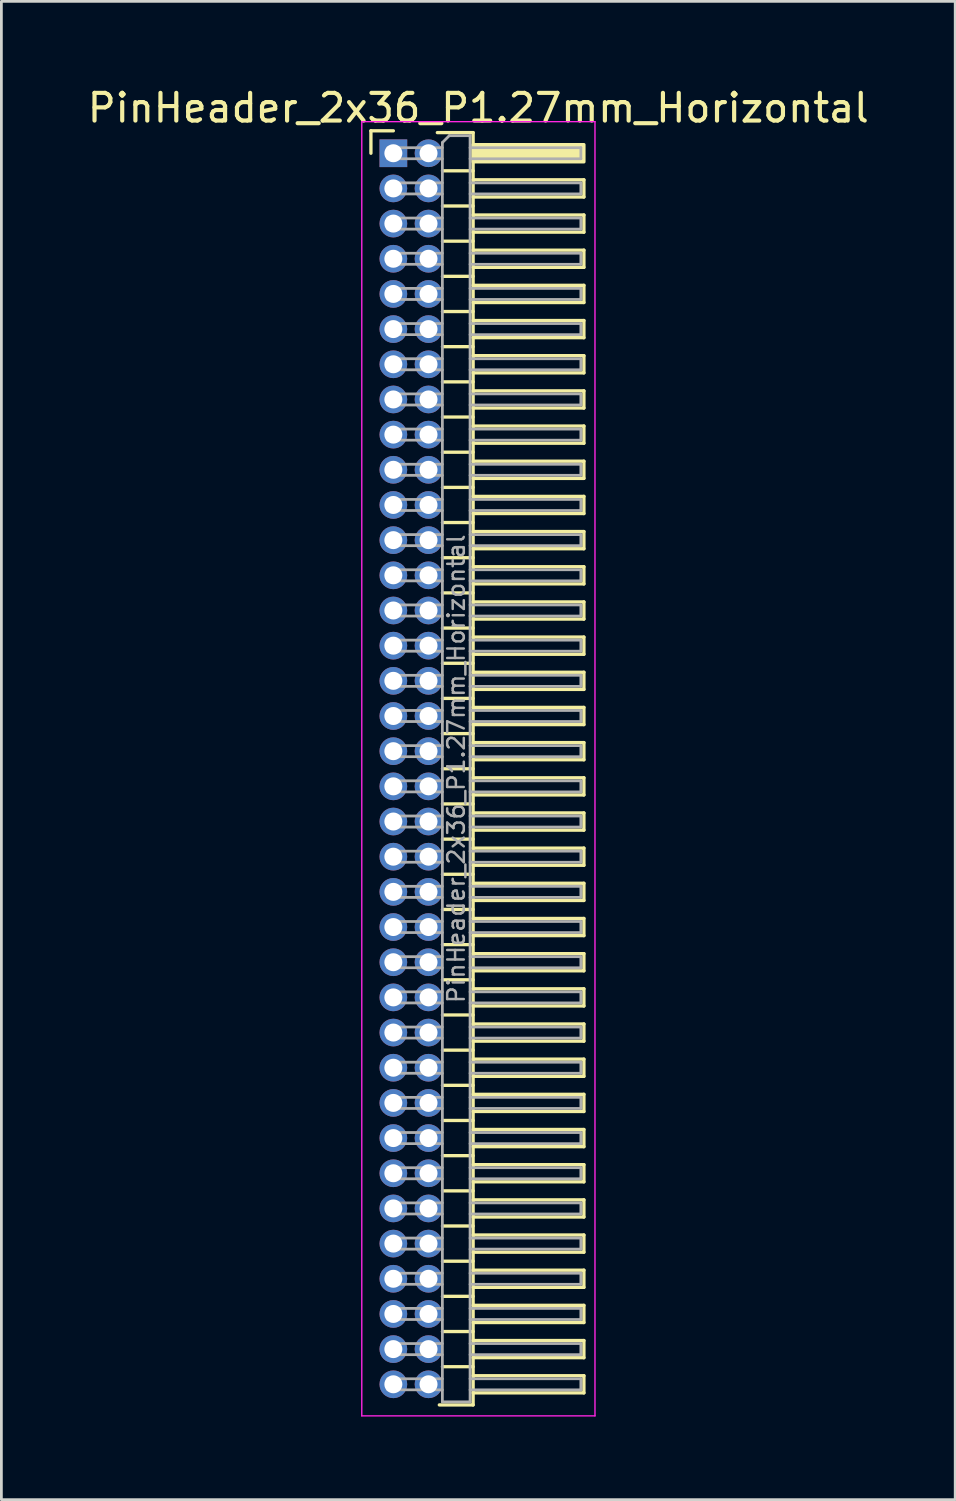
<source format=kicad_pcb>
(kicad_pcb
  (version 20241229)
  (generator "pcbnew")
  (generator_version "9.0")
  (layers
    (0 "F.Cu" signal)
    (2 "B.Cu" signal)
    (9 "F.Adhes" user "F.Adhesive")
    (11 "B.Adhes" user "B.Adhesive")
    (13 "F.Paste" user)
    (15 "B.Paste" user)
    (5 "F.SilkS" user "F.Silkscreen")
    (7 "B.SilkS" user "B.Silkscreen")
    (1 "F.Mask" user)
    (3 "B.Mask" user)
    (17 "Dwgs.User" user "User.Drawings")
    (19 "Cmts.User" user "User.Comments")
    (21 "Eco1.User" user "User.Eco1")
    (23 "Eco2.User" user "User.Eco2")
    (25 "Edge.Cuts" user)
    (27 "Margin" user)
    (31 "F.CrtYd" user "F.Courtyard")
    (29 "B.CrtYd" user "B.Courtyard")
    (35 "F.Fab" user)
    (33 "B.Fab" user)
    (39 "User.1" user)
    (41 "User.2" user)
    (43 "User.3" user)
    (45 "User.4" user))
  (footprint "PinHeader_2x36_P1.27mm_Horizontal"
    (layer "F.Cu")
    (at 11.153 2.483)
    (property "Reference" "PinHeader_2x36_P1.27mm_Horizontal" (at 3.067 -1.635 0) (layer "F.SilkS") (effects (font (size 1 1) (thickness 0.15))))
    (attr through_hole)
    (fp_line (start -0.81 -0.81) (end 0 -0.81) (stroke (width 0.12) (type solid)) (layer "F.SilkS"))
    (fp_line (start -0.81 0) (end -0.81 -0.81) (stroke (width 0.12) (type solid)) (layer "F.SilkS"))
    (fp_line (start 1.588 -0.745) (end 2.88 -0.745) (stroke (width 0.12) (type solid)) (layer "F.SilkS"))
    (fp_line (start 1.773 0.635) (end 2.88 0.635) (stroke (width 0.12) (type solid)) (layer "F.SilkS"))
    (fp_line (start 1.773 1.905) (end 2.88 1.905) (stroke (width 0.12) (type solid)) (layer "F.SilkS"))
    (fp_line (start 1.773 3.175) (end 2.88 3.175) (stroke (width 0.12) (type solid)) (layer "F.SilkS"))
    (fp_line (start 1.773 4.445) (end 2.88 4.445) (stroke (width 0.12) (type solid)) (layer "F.SilkS"))
    (fp_line (start 1.773 5.715) (end 2.88 5.715) (stroke (width 0.12) (type solid)) (layer "F.SilkS"))
    (fp_line (start 1.773 6.985) (end 2.88 6.985) (stroke (width 0.12) (type solid)) (layer "F.SilkS"))
    (fp_line (start 1.773 8.255) (end 2.88 8.255) (stroke (width 0.12) (type solid)) (layer "F.SilkS"))
    (fp_line (start 1.773 9.525) (end 2.88 9.525) (stroke (width 0.12) (type solid)) (layer "F.SilkS"))
    (fp_line (start 1.773 10.795) (end 2.88 10.795) (stroke (width 0.12) (type solid)) (layer "F.SilkS"))
    (fp_line (start 1.773 12.065) (end 2.88 12.065) (stroke (width 0.12) (type solid)) (layer "F.SilkS"))
    (fp_line (start 1.773 13.335) (end 2.88 13.335) (stroke (width 0.12) (type solid)) (layer "F.SilkS"))
    (fp_line (start 1.773 14.605) (end 2.88 14.605) (stroke (width 0.12) (type solid)) (layer "F.SilkS"))
    (fp_line (start 1.773 15.875) (end 2.88 15.875) (stroke (width 0.12) (type solid)) (layer "F.SilkS"))
    (fp_line (start 1.773 17.145) (end 2.88 17.145) (stroke (width 0.12) (type solid)) (layer "F.SilkS"))
    (fp_line (start 1.773 18.415) (end 2.88 18.415) (stroke (width 0.12) (type solid)) (layer "F.SilkS"))
    (fp_line (start 1.773 19.685) (end 2.88 19.685) (stroke (width 0.12) (type solid)) (layer "F.SilkS"))
    (fp_line (start 1.773 20.955) (end 2.88 20.955) (stroke (width 0.12) (type solid)) (layer "F.SilkS"))
    (fp_line (start 1.773 22.225) (end 2.88 22.225) (stroke (width 0.12) (type solid)) (layer "F.SilkS"))
    (fp_line (start 1.773 23.495) (end 2.88 23.495) (stroke (width 0.12) (type solid)) (layer "F.SilkS"))
    (fp_line (start 1.773 24.765) (end 2.88 24.765) (stroke (width 0.12) (type solid)) (layer "F.SilkS"))
    (fp_line (start 1.773 26.035) (end 2.88 26.035) (stroke (width 0.12) (type solid)) (layer "F.SilkS"))
    (fp_line (start 1.773 27.305) (end 2.88 27.305) (stroke (width 0.12) (type solid)) (layer "F.SilkS"))
    (fp_line (start 1.773 28.575) (end 2.88 28.575) (stroke (width 0.12) (type solid)) (layer "F.SilkS"))
    (fp_line (start 1.773 29.845) (end 2.88 29.845) (stroke (width 0.12) (type solid)) (layer "F.SilkS"))
    (fp_line (start 1.773 31.115) (end 2.88 31.115) (stroke (width 0.12) (type solid)) (layer "F.SilkS"))
    (fp_line (start 1.773 32.385) (end 2.88 32.385) (stroke (width 0.12) (type solid)) (layer "F.SilkS"))
    (fp_line (start 1.773 33.655) (end 2.88 33.655) (stroke (width 0.12) (type solid)) (layer "F.SilkS"))
    (fp_line (start 1.773 34.925) (end 2.88 34.925) (stroke (width 0.12) (type solid)) (layer "F.SilkS"))
    (fp_line (start 1.773 36.195) (end 2.88 36.195) (stroke (width 0.12) (type solid)) (layer "F.SilkS"))
    (fp_line (start 1.773 37.465) (end 2.88 37.465) (stroke (width 0.12) (type solid)) (layer "F.SilkS"))
    (fp_line (start 1.773 38.735) (end 2.88 38.735) (stroke (width 0.12) (type solid)) (layer "F.SilkS"))
    (fp_line (start 1.773 40.005) (end 2.88 40.005) (stroke (width 0.12) (type solid)) (layer "F.SilkS"))
    (fp_line (start 1.773 41.275) (end 2.88 41.275) (stroke (width 0.12) (type solid)) (layer "F.SilkS"))
    (fp_line (start 1.773 42.545) (end 2.88 42.545) (stroke (width 0.12) (type solid)) (layer "F.SilkS"))
    (fp_line (start 1.773 43.815) (end 2.88 43.815) (stroke (width 0.12) (type solid)) (layer "F.SilkS"))
    (fp_line (start 2.88 -0.745) (end 2.88 45.195) (stroke (width 0.12) (type solid)) (layer "F.SilkS"))
    (fp_line (start 2.88 0.96) (end 6.88 0.96) (stroke (width 0.12) (type solid)) (layer "F.SilkS"))
    (fp_line (start 2.88 2.23) (end 6.88 2.23) (stroke (width 0.12) (type solid)) (layer "F.SilkS"))
    (fp_line (start 2.88 3.5) (end 6.88 3.5) (stroke (width 0.12) (type solid)) (layer "F.SilkS"))
    (fp_line (start 2.88 4.77) (end 6.88 4.77) (stroke (width 0.12) (type solid)) (layer "F.SilkS"))
    (fp_line (start 2.88 6.04) (end 6.88 6.04) (stroke (width 0.12) (type solid)) (layer "F.SilkS"))
    (fp_line (start 2.88 7.31) (end 6.88 7.31) (stroke (width 0.12) (type solid)) (layer "F.SilkS"))
    (fp_line (start 2.88 8.58) (end 6.88 8.58) (stroke (width 0.12) (type solid)) (layer "F.SilkS"))
    (fp_line (start 2.88 9.85) (end 6.88 9.85) (stroke (width 0.12) (type solid)) (layer "F.SilkS"))
    (fp_line (start 2.88 11.12) (end 6.88 11.12) (stroke (width 0.12) (type solid)) (layer "F.SilkS"))
    (fp_line (start 2.88 12.39) (end 6.88 12.39) (stroke (width 0.12) (type solid)) (layer "F.SilkS"))
    (fp_line (start 2.88 13.66) (end 6.88 13.66) (stroke (width 0.12) (type solid)) (layer "F.SilkS"))
    (fp_line (start 2.88 14.93) (end 6.88 14.93) (stroke (width 0.12) (type solid)) (layer "F.SilkS"))
    (fp_line (start 2.88 16.2) (end 6.88 16.2) (stroke (width 0.12) (type solid)) (layer "F.SilkS"))
    (fp_line (start 2.88 17.47) (end 6.88 17.47) (stroke (width 0.12) (type solid)) (layer "F.SilkS"))
    (fp_line (start 2.88 18.74) (end 6.88 18.74) (stroke (width 0.12) (type solid)) (layer "F.SilkS"))
    (fp_line (start 2.88 20.01) (end 6.88 20.01) (stroke (width 0.12) (type solid)) (layer "F.SilkS"))
    (fp_line (start 2.88 21.28) (end 6.88 21.28) (stroke (width 0.12) (type solid)) (layer "F.SilkS"))
    (fp_line (start 2.88 22.55) (end 6.88 22.55) (stroke (width 0.12) (type solid)) (layer "F.SilkS"))
    (fp_line (start 2.88 23.82) (end 6.88 23.82) (stroke (width 0.12) (type solid)) (layer "F.SilkS"))
    (fp_line (start 2.88 25.09) (end 6.88 25.09) (stroke (width 0.12) (type solid)) (layer "F.SilkS"))
    (fp_line (start 2.88 26.36) (end 6.88 26.36) (stroke (width 0.12) (type solid)) (layer "F.SilkS"))
    (fp_line (start 2.88 27.63) (end 6.88 27.63) (stroke (width 0.12) (type solid)) (layer "F.SilkS"))
    (fp_line (start 2.88 28.9) (end 6.88 28.9) (stroke (width 0.12) (type solid)) (layer "F.SilkS"))
    (fp_line (start 2.88 30.17) (end 6.88 30.17) (stroke (width 0.12) (type solid)) (layer "F.SilkS"))
    (fp_line (start 2.88 31.44) (end 6.88 31.44) (stroke (width 0.12) (type solid)) (layer "F.SilkS"))
    (fp_line (start 2.88 32.71) (end 6.88 32.71) (stroke (width 0.12) (type solid)) (layer "F.SilkS"))
    (fp_line (start 2.88 33.98) (end 6.88 33.98) (stroke (width 0.12) (type solid)) (layer "F.SilkS"))
    (fp_line (start 2.88 35.25) (end 6.88 35.25) (stroke (width 0.12) (type solid)) (layer "F.SilkS"))
    (fp_line (start 2.88 36.52) (end 6.88 36.52) (stroke (width 0.12) (type solid)) (layer "F.SilkS"))
    (fp_line (start 2.88 37.79) (end 6.88 37.79) (stroke (width 0.12) (type solid)) (layer "F.SilkS"))
    (fp_line (start 2.88 39.06) (end 6.88 39.06) (stroke (width 0.12) (type solid)) (layer "F.SilkS"))
    (fp_line (start 2.88 40.33) (end 6.88 40.33) (stroke (width 0.12) (type solid)) (layer "F.SilkS"))
    (fp_line (start 2.88 41.6) (end 6.88 41.6) (stroke (width 0.12) (type solid)) (layer "F.SilkS"))
    (fp_line (start 2.88 42.87) (end 6.88 42.87) (stroke (width 0.12) (type solid)) (layer "F.SilkS"))
    (fp_line (start 2.88 44.14) (end 6.88 44.14) (stroke (width 0.12) (type solid)) (layer "F.SilkS"))
    (fp_line (start 2.88 45.195) (end 1.66 45.195) (stroke (width 0.12) (type solid)) (layer "F.SilkS"))
    (fp_line (start 6.88 0.96) (end 6.88 1.58) (stroke (width 0.12) (type solid)) (layer "F.SilkS"))
    (fp_line (start 6.88 1.58) (end 2.88 1.58) (stroke (width 0.12) (type solid)) (layer "F.SilkS"))
    (fp_line (start 6.88 2.23) (end 6.88 2.85) (stroke (width 0.12) (type solid)) (layer "F.SilkS"))
    (fp_line (start 6.88 2.85) (end 2.88 2.85) (stroke (width 0.12) (type solid)) (layer "F.SilkS"))
    (fp_line (start 6.88 3.5) (end 6.88 4.12) (stroke (width 0.12) (type solid)) (layer "F.SilkS"))
    (fp_line (start 6.88 4.12) (end 2.88 4.12) (stroke (width 0.12) (type solid)) (layer "F.SilkS"))
    (fp_line (start 6.88 4.77) (end 6.88 5.39) (stroke (width 0.12) (type solid)) (layer "F.SilkS"))
    (fp_line (start 6.88 5.39) (end 2.88 5.39) (stroke (width 0.12) (type solid)) (layer "F.SilkS"))
    (fp_line (start 6.88 6.04) (end 6.88 6.66) (stroke (width 0.12) (type solid)) (layer "F.SilkS"))
    (fp_line (start 6.88 6.66) (end 2.88 6.66) (stroke (width 0.12) (type solid)) (layer "F.SilkS"))
    (fp_line (start 6.88 7.31) (end 6.88 7.93) (stroke (width 0.12) (type solid)) (layer "F.SilkS"))
    (fp_line (start 6.88 7.93) (end 2.88 7.93) (stroke (width 0.12) (type solid)) (layer "F.SilkS"))
    (fp_line (start 6.88 8.58) (end 6.88 9.2) (stroke (width 0.12) (type solid)) (layer "F.SilkS"))
    (fp_line (start 6.88 9.2) (end 2.88 9.2) (stroke (width 0.12) (type solid)) (layer "F.SilkS"))
    (fp_line (start 6.88 9.85) (end 6.88 10.47) (stroke (width 0.12) (type solid)) (layer "F.SilkS"))
    (fp_line (start 6.88 10.47) (end 2.88 10.47) (stroke (width 0.12) (type solid)) (layer "F.SilkS"))
    (fp_line (start 6.88 11.12) (end 6.88 11.74) (stroke (width 0.12) (type solid)) (layer "F.SilkS"))
    (fp_line (start 6.88 11.74) (end 2.88 11.74) (stroke (width 0.12) (type solid)) (layer "F.SilkS"))
    (fp_line (start 6.88 12.39) (end 6.88 13.01) (stroke (width 0.12) (type solid)) (layer "F.SilkS"))
    (fp_line (start 6.88 13.01) (end 2.88 13.01) (stroke (width 0.12) (type solid)) (layer "F.SilkS"))
    (fp_line (start 6.88 13.66) (end 6.88 14.28) (stroke (width 0.12) (type solid)) (layer "F.SilkS"))
    (fp_line (start 6.88 14.28) (end 2.88 14.28) (stroke (width 0.12) (type solid)) (layer "F.SilkS"))
    (fp_line (start 6.88 14.93) (end 6.88 15.55) (stroke (width 0.12) (type solid)) (layer "F.SilkS"))
    (fp_line (start 6.88 15.55) (end 2.88 15.55) (stroke (width 0.12) (type solid)) (layer "F.SilkS"))
    (fp_line (start 6.88 16.2) (end 6.88 16.82) (stroke (width 0.12) (type solid)) (layer "F.SilkS"))
    (fp_line (start 6.88 16.82) (end 2.88 16.82) (stroke (width 0.12) (type solid)) (layer "F.SilkS"))
    (fp_line (start 6.88 17.47) (end 6.88 18.09) (stroke (width 0.12) (type solid)) (layer "F.SilkS"))
    (fp_line (start 6.88 18.09) (end 2.88 18.09) (stroke (width 0.12) (type solid)) (layer "F.SilkS"))
    (fp_line (start 6.88 18.74) (end 6.88 19.36) (stroke (width 0.12) (type solid)) (layer "F.SilkS"))
    (fp_line (start 6.88 19.36) (end 2.88 19.36) (stroke (width 0.12) (type solid)) (layer "F.SilkS"))
    (fp_line (start 6.88 20.01) (end 6.88 20.63) (stroke (width 0.12) (type solid)) (layer "F.SilkS"))
    (fp_line (start 6.88 20.63) (end 2.88 20.63) (stroke (width 0.12) (type solid)) (layer "F.SilkS"))
    (fp_line (start 6.88 21.28) (end 6.88 21.9) (stroke (width 0.12) (type solid)) (layer "F.SilkS"))
    (fp_line (start 6.88 21.9) (end 2.88 21.9) (stroke (width 0.12) (type solid)) (layer "F.SilkS"))
    (fp_line (start 6.88 22.55) (end 6.88 23.17) (stroke (width 0.12) (type solid)) (layer "F.SilkS"))
    (fp_line (start 6.88 23.17) (end 2.88 23.17) (stroke (width 0.12) (type solid)) (layer "F.SilkS"))
    (fp_line (start 6.88 23.82) (end 6.88 24.44) (stroke (width 0.12) (type solid)) (layer "F.SilkS"))
    (fp_line (start 6.88 24.44) (end 2.88 24.44) (stroke (width 0.12) (type solid)) (layer "F.SilkS"))
    (fp_line (start 6.88 25.09) (end 6.88 25.71) (stroke (width 0.12) (type solid)) (layer "F.SilkS"))
    (fp_line (start 6.88 25.71) (end 2.88 25.71) (stroke (width 0.12) (type solid)) (layer "F.SilkS"))
    (fp_line (start 6.88 26.36) (end 6.88 26.98) (stroke (width 0.12) (type solid)) (layer "F.SilkS"))
    (fp_line (start 6.88 26.98) (end 2.88 26.98) (stroke (width 0.12) (type solid)) (layer "F.SilkS"))
    (fp_line (start 6.88 27.63) (end 6.88 28.25) (stroke (width 0.12) (type solid)) (layer "F.SilkS"))
    (fp_line (start 6.88 28.25) (end 2.88 28.25) (stroke (width 0.12) (type solid)) (layer "F.SilkS"))
    (fp_line (start 6.88 28.9) (end 6.88 29.52) (stroke (width 0.12) (type solid)) (layer "F.SilkS"))
    (fp_line (start 6.88 29.52) (end 2.88 29.52) (stroke (width 0.12) (type solid)) (layer "F.SilkS"))
    (fp_line (start 6.88 30.17) (end 6.88 30.79) (stroke (width 0.12) (type solid)) (layer "F.SilkS"))
    (fp_line (start 6.88 30.79) (end 2.88 30.79) (stroke (width 0.12) (type solid)) (layer "F.SilkS"))
    (fp_line (start 6.88 31.44) (end 6.88 32.06) (stroke (width 0.12) (type solid)) (layer "F.SilkS"))
    (fp_line (start 6.88 32.06) (end 2.88 32.06) (stroke (width 0.12) (type solid)) (layer "F.SilkS"))
    (fp_line (start 6.88 32.71) (end 6.88 33.33) (stroke (width 0.12) (type solid)) (layer "F.SilkS"))
    (fp_line (start 6.88 33.33) (end 2.88 33.33) (stroke (width 0.12) (type solid)) (layer "F.SilkS"))
    (fp_line (start 6.88 33.98) (end 6.88 34.6) (stroke (width 0.12) (type solid)) (layer "F.SilkS"))
    (fp_line (start 6.88 34.6) (end 2.88 34.6) (stroke (width 0.12) (type solid)) (layer "F.SilkS"))
    (fp_line (start 6.88 35.25) (end 6.88 35.87) (stroke (width 0.12) (type solid)) (layer "F.SilkS"))
    (fp_line (start 6.88 35.87) (end 2.88 35.87) (stroke (width 0.12) (type solid)) (layer "F.SilkS"))
    (fp_line (start 6.88 36.52) (end 6.88 37.14) (stroke (width 0.12) (type solid)) (layer "F.SilkS"))
    (fp_line (start 6.88 37.14) (end 2.88 37.14) (stroke (width 0.12) (type solid)) (layer "F.SilkS"))
    (fp_line (start 6.88 37.79) (end 6.88 38.41) (stroke (width 0.12) (type solid)) (layer "F.SilkS"))
    (fp_line (start 6.88 38.41) (end 2.88 38.41) (stroke (width 0.12) (type solid)) (layer "F.SilkS"))
    (fp_line (start 6.88 39.06) (end 6.88 39.68) (stroke (width 0.12) (type solid)) (layer "F.SilkS"))
    (fp_line (start 6.88 39.68) (end 2.88 39.68) (stroke (width 0.12) (type solid)) (layer "F.SilkS"))
    (fp_line (start 6.88 40.33) (end 6.88 40.95) (stroke (width 0.12) (type solid)) (layer "F.SilkS"))
    (fp_line (start 6.88 40.95) (end 2.88 40.95) (stroke (width 0.12) (type solid)) (layer "F.SilkS"))
    (fp_line (start 6.88 41.6) (end 6.88 42.22) (stroke (width 0.12) (type solid)) (layer "F.SilkS"))
    (fp_line (start 6.88 42.22) (end 2.88 42.22) (stroke (width 0.12) (type solid)) (layer "F.SilkS"))
    (fp_line (start 6.88 42.87) (end 6.88 43.49) (stroke (width 0.12) (type solid)) (layer "F.SilkS"))
    (fp_line (start 6.88 43.49) (end 2.88 43.49) (stroke (width 0.12) (type solid)) (layer "F.SilkS"))
    (fp_line (start 6.88 44.14) (end 6.88 44.76) (stroke (width 0.12) (type solid)) (layer "F.SilkS"))
    (fp_line (start 6.88 44.76) (end 2.88 44.76) (stroke (width 0.12) (type solid)) (layer "F.SilkS"))
    (fp_rect (start 2.88 -0.31) (end 6.88 0.31) (stroke (width 0.12) (type solid)) (fill yes) (layer "F.SilkS"))
    (fp_line (start -1.14 -1.14) (end -1.14 45.59) (stroke (width 0.05) (type solid)) (layer "F.CrtYd"))
    (fp_line (start -1.14 45.59) (end 7.28 45.59) (stroke (width 0.05) (type solid)) (layer "F.CrtYd"))
    (fp_line (start 7.28 -1.14) (end -1.14 -1.14) (stroke (width 0.05) (type solid)) (layer "F.CrtYd"))
    (fp_line (start 7.28 45.59) (end 7.28 -1.14) (stroke (width 0.05) (type solid)) (layer "F.CrtYd"))
    (fp_line (start -0.2 -0.2) (end -0.2 0.2) (stroke (width 0.1) (type solid)) (layer "F.Fab"))
    (fp_line (start -0.2 -0.2) (end 1.77 -0.2) (stroke (width 0.1) (type solid)) (layer "F.Fab"))
    (fp_line (start -0.2 0.2) (end 1.77 0.2) (stroke (width 0.1) (type solid)) (layer "F.Fab"))
    (fp_line (start -0.2 1.07) (end -0.2 1.47) (stroke (width 0.1) (type solid)) (layer "F.Fab"))
    (fp_line (start -0.2 1.07) (end 1.77 1.07) (stroke (width 0.1) (type solid)) (layer "F.Fab"))
    (fp_line (start -0.2 1.47) (end 1.77 1.47) (stroke (width 0.1) (type solid)) (layer "F.Fab"))
    (fp_line (start -0.2 2.34) (end -0.2 2.74) (stroke (width 0.1) (type solid)) (layer "F.Fab"))
    (fp_line (start -0.2 2.34) (end 1.77 2.34) (stroke (width 0.1) (type solid)) (layer "F.Fab"))
    (fp_line (start -0.2 2.74) (end 1.77 2.74) (stroke (width 0.1) (type solid)) (layer "F.Fab"))
    (fp_line (start -0.2 3.61) (end -0.2 4.01) (stroke (width 0.1) (type solid)) (layer "F.Fab"))
    (fp_line (start -0.2 3.61) (end 1.77 3.61) (stroke (width 0.1) (type solid)) (layer "F.Fab"))
    (fp_line (start -0.2 4.01) (end 1.77 4.01) (stroke (width 0.1) (type solid)) (layer "F.Fab"))
    (fp_line (start -0.2 4.88) (end -0.2 5.28) (stroke (width 0.1) (type solid)) (layer "F.Fab"))
    (fp_line (start -0.2 4.88) (end 1.77 4.88) (stroke (width 0.1) (type solid)) (layer "F.Fab"))
    (fp_line (start -0.2 5.28) (end 1.77 5.28) (stroke (width 0.1) (type solid)) (layer "F.Fab"))
    (fp_line (start -0.2 6.15) (end -0.2 6.55) (stroke (width 0.1) (type solid)) (layer "F.Fab"))
    (fp_line (start -0.2 6.15) (end 1.77 6.15) (stroke (width 0.1) (type solid)) (layer "F.Fab"))
    (fp_line (start -0.2 6.55) (end 1.77 6.55) (stroke (width 0.1) (type solid)) (layer "F.Fab"))
    (fp_line (start -0.2 7.42) (end -0.2 7.82) (stroke (width 0.1) (type solid)) (layer "F.Fab"))
    (fp_line (start -0.2 7.42) (end 1.77 7.42) (stroke (width 0.1) (type solid)) (layer "F.Fab"))
    (fp_line (start -0.2 7.82) (end 1.77 7.82) (stroke (width 0.1) (type solid)) (layer "F.Fab"))
    (fp_line (start -0.2 8.69) (end -0.2 9.09) (stroke (width 0.1) (type solid)) (layer "F.Fab"))
    (fp_line (start -0.2 8.69) (end 1.77 8.69) (stroke (width 0.1) (type solid)) (layer "F.Fab"))
    (fp_line (start -0.2 9.09) (end 1.77 9.09) (stroke (width 0.1) (type solid)) (layer "F.Fab"))
    (fp_line (start -0.2 9.96) (end -0.2 10.36) (stroke (width 0.1) (type solid)) (layer "F.Fab"))
    (fp_line (start -0.2 9.96) (end 1.77 9.96) (stroke (width 0.1) (type solid)) (layer "F.Fab"))
    (fp_line (start -0.2 10.36) (end 1.77 10.36) (stroke (width 0.1) (type solid)) (layer "F.Fab"))
    (fp_line (start -0.2 11.23) (end -0.2 11.63) (stroke (width 0.1) (type solid)) (layer "F.Fab"))
    (fp_line (start -0.2 11.23) (end 1.77 11.23) (stroke (width 0.1) (type solid)) (layer "F.Fab"))
    (fp_line (start -0.2 11.63) (end 1.77 11.63) (stroke (width 0.1) (type solid)) (layer "F.Fab"))
    (fp_line (start -0.2 12.5) (end -0.2 12.9) (stroke (width 0.1) (type solid)) (layer "F.Fab"))
    (fp_line (start -0.2 12.5) (end 1.77 12.5) (stroke (width 0.1) (type solid)) (layer "F.Fab"))
    (fp_line (start -0.2 12.9) (end 1.77 12.9) (stroke (width 0.1) (type solid)) (layer "F.Fab"))
    (fp_line (start -0.2 13.77) (end -0.2 14.17) (stroke (width 0.1) (type solid)) (layer "F.Fab"))
    (fp_line (start -0.2 13.77) (end 1.77 13.77) (stroke (width 0.1) (type solid)) (layer "F.Fab"))
    (fp_line (start -0.2 14.17) (end 1.77 14.17) (stroke (width 0.1) (type solid)) (layer "F.Fab"))
    (fp_line (start -0.2 15.04) (end -0.2 15.44) (stroke (width 0.1) (type solid)) (layer "F.Fab"))
    (fp_line (start -0.2 15.04) (end 1.77 15.04) (stroke (width 0.1) (type solid)) (layer "F.Fab"))
    (fp_line (start -0.2 15.44) (end 1.77 15.44) (stroke (width 0.1) (type solid)) (layer "F.Fab"))
    (fp_line (start -0.2 16.31) (end -0.2 16.71) (stroke (width 0.1) (type solid)) (layer "F.Fab"))
    (fp_line (start -0.2 16.31) (end 1.77 16.31) (stroke (width 0.1) (type solid)) (layer "F.Fab"))
    (fp_line (start -0.2 16.71) (end 1.77 16.71) (stroke (width 0.1) (type solid)) (layer "F.Fab"))
    (fp_line (start -0.2 17.58) (end -0.2 17.98) (stroke (width 0.1) (type solid)) (layer "F.Fab"))
    (fp_line (start -0.2 17.58) (end 1.77 17.58) (stroke (width 0.1) (type solid)) (layer "F.Fab"))
    (fp_line (start -0.2 17.98) (end 1.77 17.98) (stroke (width 0.1) (type solid)) (layer "F.Fab"))
    (fp_line (start -0.2 18.85) (end -0.2 19.25) (stroke (width 0.1) (type solid)) (layer "F.Fab"))
    (fp_line (start -0.2 18.85) (end 1.77 18.85) (stroke (width 0.1) (type solid)) (layer "F.Fab"))
    (fp_line (start -0.2 19.25) (end 1.77 19.25) (stroke (width 0.1) (type solid)) (layer "F.Fab"))
    (fp_line (start -0.2 20.12) (end -0.2 20.52) (stroke (width 0.1) (type solid)) (layer "F.Fab"))
    (fp_line (start -0.2 20.12) (end 1.77 20.12) (stroke (width 0.1) (type solid)) (layer "F.Fab"))
    (fp_line (start -0.2 20.52) (end 1.77 20.52) (stroke (width 0.1) (type solid)) (layer "F.Fab"))
    (fp_line (start -0.2 21.39) (end -0.2 21.79) (stroke (width 0.1) (type solid)) (layer "F.Fab"))
    (fp_line (start -0.2 21.39) (end 1.77 21.39) (stroke (width 0.1) (type solid)) (layer "F.Fab"))
    (fp_line (start -0.2 21.79) (end 1.77 21.79) (stroke (width 0.1) (type solid)) (layer "F.Fab"))
    (fp_line (start -0.2 22.66) (end -0.2 23.06) (stroke (width 0.1) (type solid)) (layer "F.Fab"))
    (fp_line (start -0.2 22.66) (end 1.77 22.66) (stroke (width 0.1) (type solid)) (layer "F.Fab"))
    (fp_line (start -0.2 23.06) (end 1.77 23.06) (stroke (width 0.1) (type solid)) (layer "F.Fab"))
    (fp_line (start -0.2 23.93) (end -0.2 24.33) (stroke (width 0.1) (type solid)) (layer "F.Fab"))
    (fp_line (start -0.2 23.93) (end 1.77 23.93) (stroke (width 0.1) (type solid)) (layer "F.Fab"))
    (fp_line (start -0.2 24.33) (end 1.77 24.33) (stroke (width 0.1) (type solid)) (layer "F.Fab"))
    (fp_line (start -0.2 25.2) (end -0.2 25.6) (stroke (width 0.1) (type solid)) (layer "F.Fab"))
    (fp_line (start -0.2 25.2) (end 1.77 25.2) (stroke (width 0.1) (type solid)) (layer "F.Fab"))
    (fp_line (start -0.2 25.6) (end 1.77 25.6) (stroke (width 0.1) (type solid)) (layer "F.Fab"))
    (fp_line (start -0.2 26.47) (end -0.2 26.87) (stroke (width 0.1) (type solid)) (layer "F.Fab"))
    (fp_line (start -0.2 26.47) (end 1.77 26.47) (stroke (width 0.1) (type solid)) (layer "F.Fab"))
    (fp_line (start -0.2 26.87) (end 1.77 26.87) (stroke (width 0.1) (type solid)) (layer "F.Fab"))
    (fp_line (start -0.2 27.74) (end -0.2 28.14) (stroke (width 0.1) (type solid)) (layer "F.Fab"))
    (fp_line (start -0.2 27.74) (end 1.77 27.74) (stroke (width 0.1) (type solid)) (layer "F.Fab"))
    (fp_line (start -0.2 28.14) (end 1.77 28.14) (stroke (width 0.1) (type solid)) (layer "F.Fab"))
    (fp_line (start -0.2 29.01) (end -0.2 29.41) (stroke (width 0.1) (type solid)) (layer "F.Fab"))
    (fp_line (start -0.2 29.01) (end 1.77 29.01) (stroke (width 0.1) (type solid)) (layer "F.Fab"))
    (fp_line (start -0.2 29.41) (end 1.77 29.41) (stroke (width 0.1) (type solid)) (layer "F.Fab"))
    (fp_line (start -0.2 30.28) (end -0.2 30.68) (stroke (width 0.1) (type solid)) (layer "F.Fab"))
    (fp_line (start -0.2 30.28) (end 1.77 30.28) (stroke (width 0.1) (type solid)) (layer "F.Fab"))
    (fp_line (start -0.2 30.68) (end 1.77 30.68) (stroke (width 0.1) (type solid)) (layer "F.Fab"))
    (fp_line (start -0.2 31.55) (end -0.2 31.95) (stroke (width 0.1) (type solid)) (layer "F.Fab"))
    (fp_line (start -0.2 31.55) (end 1.77 31.55) (stroke (width 0.1) (type solid)) (layer "F.Fab"))
    (fp_line (start -0.2 31.95) (end 1.77 31.95) (stroke (width 0.1) (type solid)) (layer "F.Fab"))
    (fp_line (start -0.2 32.82) (end -0.2 33.22) (stroke (width 0.1) (type solid)) (layer "F.Fab"))
    (fp_line (start -0.2 32.82) (end 1.77 32.82) (stroke (width 0.1) (type solid)) (layer "F.Fab"))
    (fp_line (start -0.2 33.22) (end 1.77 33.22) (stroke (width 0.1) (type solid)) (layer "F.Fab"))
    (fp_line (start -0.2 34.09) (end -0.2 34.49) (stroke (width 0.1) (type solid)) (layer "F.Fab"))
    (fp_line (start -0.2 34.09) (end 1.77 34.09) (stroke (width 0.1) (type solid)) (layer "F.Fab"))
    (fp_line (start -0.2 34.49) (end 1.77 34.49) (stroke (width 0.1) (type solid)) (layer "F.Fab"))
    (fp_line (start -0.2 35.36) (end -0.2 35.76) (stroke (width 0.1) (type solid)) (layer "F.Fab"))
    (fp_line (start -0.2 35.36) (end 1.77 35.36) (stroke (width 0.1) (type solid)) (layer "F.Fab"))
    (fp_line (start -0.2 35.76) (end 1.77 35.76) (stroke (width 0.1) (type solid)) (layer "F.Fab"))
    (fp_line (start -0.2 36.63) (end -0.2 37.03) (stroke (width 0.1) (type solid)) (layer "F.Fab"))
    (fp_line (start -0.2 36.63) (end 1.77 36.63) (stroke (width 0.1) (type solid)) (layer "F.Fab"))
    (fp_line (start -0.2 37.03) (end 1.77 37.03) (stroke (width 0.1) (type solid)) (layer "F.Fab"))
    (fp_line (start -0.2 37.9) (end -0.2 38.3) (stroke (width 0.1) (type solid)) (layer "F.Fab"))
    (fp_line (start -0.2 37.9) (end 1.77 37.9) (stroke (width 0.1) (type solid)) (layer "F.Fab"))
    (fp_line (start -0.2 38.3) (end 1.77 38.3) (stroke (width 0.1) (type solid)) (layer "F.Fab"))
    (fp_line (start -0.2 39.17) (end -0.2 39.57) (stroke (width 0.1) (type solid)) (layer "F.Fab"))
    (fp_line (start -0.2 39.17) (end 1.77 39.17) (stroke (width 0.1) (type solid)) (layer "F.Fab"))
    (fp_line (start -0.2 39.57) (end 1.77 39.57) (stroke (width 0.1) (type solid)) (layer "F.Fab"))
    (fp_line (start -0.2 40.44) (end -0.2 40.84) (stroke (width 0.1) (type solid)) (layer "F.Fab"))
    (fp_line (start -0.2 40.44) (end 1.77 40.44) (stroke (width 0.1) (type solid)) (layer "F.Fab"))
    (fp_line (start -0.2 40.84) (end 1.77 40.84) (stroke (width 0.1) (type solid)) (layer "F.Fab"))
    (fp_line (start -0.2 41.71) (end -0.2 42.11) (stroke (width 0.1) (type solid)) (layer "F.Fab"))
    (fp_line (start -0.2 41.71) (end 1.77 41.71) (stroke (width 0.1) (type solid)) (layer "F.Fab"))
    (fp_line (start -0.2 42.11) (end 1.77 42.11) (stroke (width 0.1) (type solid)) (layer "F.Fab"))
    (fp_line (start -0.2 42.98) (end -0.2 43.38) (stroke (width 0.1) (type solid)) (layer "F.Fab"))
    (fp_line (start -0.2 42.98) (end 1.77 42.98) (stroke (width 0.1) (type solid)) (layer "F.Fab"))
    (fp_line (start -0.2 43.38) (end 1.77 43.38) (stroke (width 0.1) (type solid)) (layer "F.Fab"))
    (fp_line (start -0.2 44.25) (end -0.2 44.65) (stroke (width 0.1) (type solid)) (layer "F.Fab"))
    (fp_line (start -0.2 44.25) (end 1.77 44.25) (stroke (width 0.1) (type solid)) (layer "F.Fab"))
    (fp_line (start -0.2 44.65) (end 1.77 44.65) (stroke (width 0.1) (type solid)) (layer "F.Fab"))
    (fp_line (start 1.77 -0.385) (end 2.02 -0.635) (stroke (width 0.1) (type solid)) (layer "F.Fab"))
    (fp_line (start 1.77 45.085) (end 1.77 -0.385) (stroke (width 0.1) (type solid)) (layer "F.Fab"))
    (fp_line (start 2.02 -0.635) (end 2.77 -0.635) (stroke (width 0.1) (type solid)) (layer "F.Fab"))
    (fp_line (start 2.77 -0.635) (end 2.77 45.085) (stroke (width 0.1) (type solid)) (layer "F.Fab"))
    (fp_line (start 2.77 -0.2) (end 6.77 -0.2) (stroke (width 0.1) (type solid)) (layer "F.Fab"))
    (fp_line (start 2.77 0.2) (end 6.77 0.2) (stroke (width 0.1) (type solid)) (layer "F.Fab"))
    (fp_line (start 2.77 1.07) (end 6.77 1.07) (stroke (width 0.1) (type solid)) (layer "F.Fab"))
    (fp_line (start 2.77 1.47) (end 6.77 1.47) (stroke (width 0.1) (type solid)) (layer "F.Fab"))
    (fp_line (start 2.77 2.34) (end 6.77 2.34) (stroke (width 0.1) (type solid)) (layer "F.Fab"))
    (fp_line (start 2.77 2.74) (end 6.77 2.74) (stroke (width 0.1) (type solid)) (layer "F.Fab"))
    (fp_line (start 2.77 3.61) (end 6.77 3.61) (stroke (width 0.1) (type solid)) (layer "F.Fab"))
    (fp_line (start 2.77 4.01) (end 6.77 4.01) (stroke (width 0.1) (type solid)) (layer "F.Fab"))
    (fp_line (start 2.77 4.88) (end 6.77 4.88) (stroke (width 0.1) (type solid)) (layer "F.Fab"))
    (fp_line (start 2.77 5.28) (end 6.77 5.28) (stroke (width 0.1) (type solid)) (layer "F.Fab"))
    (fp_line (start 2.77 6.15) (end 6.77 6.15) (stroke (width 0.1) (type solid)) (layer "F.Fab"))
    (fp_line (start 2.77 6.55) (end 6.77 6.55) (stroke (width 0.1) (type solid)) (layer "F.Fab"))
    (fp_line (start 2.77 7.42) (end 6.77 7.42) (stroke (width 0.1) (type solid)) (layer "F.Fab"))
    (fp_line (start 2.77 7.82) (end 6.77 7.82) (stroke (width 0.1) (type solid)) (layer "F.Fab"))
    (fp_line (start 2.77 8.69) (end 6.77 8.69) (stroke (width 0.1) (type solid)) (layer "F.Fab"))
    (fp_line (start 2.77 9.09) (end 6.77 9.09) (stroke (width 0.1) (type solid)) (layer "F.Fab"))
    (fp_line (start 2.77 9.96) (end 6.77 9.96) (stroke (width 0.1) (type solid)) (layer "F.Fab"))
    (fp_line (start 2.77 10.36) (end 6.77 10.36) (stroke (width 0.1) (type solid)) (layer "F.Fab"))
    (fp_line (start 2.77 11.23) (end 6.77 11.23) (stroke (width 0.1) (type solid)) (layer "F.Fab"))
    (fp_line (start 2.77 11.63) (end 6.77 11.63) (stroke (width 0.1) (type solid)) (layer "F.Fab"))
    (fp_line (start 2.77 12.5) (end 6.77 12.5) (stroke (width 0.1) (type solid)) (layer "F.Fab"))
    (fp_line (start 2.77 12.9) (end 6.77 12.9) (stroke (width 0.1) (type solid)) (layer "F.Fab"))
    (fp_line (start 2.77 13.77) (end 6.77 13.77) (stroke (width 0.1) (type solid)) (layer "F.Fab"))
    (fp_line (start 2.77 14.17) (end 6.77 14.17) (stroke (width 0.1) (type solid)) (layer "F.Fab"))
    (fp_line (start 2.77 15.04) (end 6.77 15.04) (stroke (width 0.1) (type solid)) (layer "F.Fab"))
    (fp_line (start 2.77 15.44) (end 6.77 15.44) (stroke (width 0.1) (type solid)) (layer "F.Fab"))
    (fp_line (start 2.77 16.31) (end 6.77 16.31) (stroke (width 0.1) (type solid)) (layer "F.Fab"))
    (fp_line (start 2.77 16.71) (end 6.77 16.71) (stroke (width 0.1) (type solid)) (layer "F.Fab"))
    (fp_line (start 2.77 17.58) (end 6.77 17.58) (stroke (width 0.1) (type solid)) (layer "F.Fab"))
    (fp_line (start 2.77 17.98) (end 6.77 17.98) (stroke (width 0.1) (type solid)) (layer "F.Fab"))
    (fp_line (start 2.77 18.85) (end 6.77 18.85) (stroke (width 0.1) (type solid)) (layer "F.Fab"))
    (fp_line (start 2.77 19.25) (end 6.77 19.25) (stroke (width 0.1) (type solid)) (layer "F.Fab"))
    (fp_line (start 2.77 20.12) (end 6.77 20.12) (stroke (width 0.1) (type solid)) (layer "F.Fab"))
    (fp_line (start 2.77 20.52) (end 6.77 20.52) (stroke (width 0.1) (type solid)) (layer "F.Fab"))
    (fp_line (start 2.77 21.39) (end 6.77 21.39) (stroke (width 0.1) (type solid)) (layer "F.Fab"))
    (fp_line (start 2.77 21.79) (end 6.77 21.79) (stroke (width 0.1) (type solid)) (layer "F.Fab"))
    (fp_line (start 2.77 22.66) (end 6.77 22.66) (stroke (width 0.1) (type solid)) (layer "F.Fab"))
    (fp_line (start 2.77 23.06) (end 6.77 23.06) (stroke (width 0.1) (type solid)) (layer "F.Fab"))
    (fp_line (start 2.77 23.93) (end 6.77 23.93) (stroke (width 0.1) (type solid)) (layer "F.Fab"))
    (fp_line (start 2.77 24.33) (end 6.77 24.33) (stroke (width 0.1) (type solid)) (layer "F.Fab"))
    (fp_line (start 2.77 25.2) (end 6.77 25.2) (stroke (width 0.1) (type solid)) (layer "F.Fab"))
    (fp_line (start 2.77 25.6) (end 6.77 25.6) (stroke (width 0.1) (type solid)) (layer "F.Fab"))
    (fp_line (start 2.77 26.47) (end 6.77 26.47) (stroke (width 0.1) (type solid)) (layer "F.Fab"))
    (fp_line (start 2.77 26.87) (end 6.77 26.87) (stroke (width 0.1) (type solid)) (layer "F.Fab"))
    (fp_line (start 2.77 27.74) (end 6.77 27.74) (stroke (width 0.1) (type solid)) (layer "F.Fab"))
    (fp_line (start 2.77 28.14) (end 6.77 28.14) (stroke (width 0.1) (type solid)) (layer "F.Fab"))
    (fp_line (start 2.77 29.01) (end 6.77 29.01) (stroke (width 0.1) (type solid)) (layer "F.Fab"))
    (fp_line (start 2.77 29.41) (end 6.77 29.41) (stroke (width 0.1) (type solid)) (layer "F.Fab"))
    (fp_line (start 2.77 30.28) (end 6.77 30.28) (stroke (width 0.1) (type solid)) (layer "F.Fab"))
    (fp_line (start 2.77 30.68) (end 6.77 30.68) (stroke (width 0.1) (type solid)) (layer "F.Fab"))
    (fp_line (start 2.77 31.55) (end 6.77 31.55) (stroke (width 0.1) (type solid)) (layer "F.Fab"))
    (fp_line (start 2.77 31.95) (end 6.77 31.95) (stroke (width 0.1) (type solid)) (layer "F.Fab"))
    (fp_line (start 2.77 32.82) (end 6.77 32.82) (stroke (width 0.1) (type solid)) (layer "F.Fab"))
    (fp_line (start 2.77 33.22) (end 6.77 33.22) (stroke (width 0.1) (type solid)) (layer "F.Fab"))
    (fp_line (start 2.77 34.09) (end 6.77 34.09) (stroke (width 0.1) (type solid)) (layer "F.Fab"))
    (fp_line (start 2.77 34.49) (end 6.77 34.49) (stroke (width 0.1) (type solid)) (layer "F.Fab"))
    (fp_line (start 2.77 35.36) (end 6.77 35.36) (stroke (width 0.1) (type solid)) (layer "F.Fab"))
    (fp_line (start 2.77 35.76) (end 6.77 35.76) (stroke (width 0.1) (type solid)) (layer "F.Fab"))
    (fp_line (start 2.77 36.63) (end 6.77 36.63) (stroke (width 0.1) (type solid)) (layer "F.Fab"))
    (fp_line (start 2.77 37.03) (end 6.77 37.03) (stroke (width 0.1) (type solid)) (layer "F.Fab"))
    (fp_line (start 2.77 37.9) (end 6.77 37.9) (stroke (width 0.1) (type solid)) (layer "F.Fab"))
    (fp_line (start 2.77 38.3) (end 6.77 38.3) (stroke (width 0.1) (type solid)) (layer "F.Fab"))
    (fp_line (start 2.77 39.17) (end 6.77 39.17) (stroke (width 0.1) (type solid)) (layer "F.Fab"))
    (fp_line (start 2.77 39.57) (end 6.77 39.57) (stroke (width 0.1) (type solid)) (layer "F.Fab"))
    (fp_line (start 2.77 40.44) (end 6.77 40.44) (stroke (width 0.1) (type solid)) (layer "F.Fab"))
    (fp_line (start 2.77 40.84) (end 6.77 40.84) (stroke (width 0.1) (type solid)) (layer "F.Fab"))
    (fp_line (start 2.77 41.71) (end 6.77 41.71) (stroke (width 0.1) (type solid)) (layer "F.Fab"))
    (fp_line (start 2.77 42.11) (end 6.77 42.11) (stroke (width 0.1) (type solid)) (layer "F.Fab"))
    (fp_line (start 2.77 42.98) (end 6.77 42.98) (stroke (width 0.1) (type solid)) (layer "F.Fab"))
    (fp_line (start 2.77 43.38) (end 6.77 43.38) (stroke (width 0.1) (type solid)) (layer "F.Fab"))
    (fp_line (start 2.77 44.25) (end 6.77 44.25) (stroke (width 0.1) (type solid)) (layer "F.Fab"))
    (fp_line (start 2.77 44.65) (end 6.77 44.65) (stroke (width 0.1) (type solid)) (layer "F.Fab"))
    (fp_line (start 2.77 45.085) (end 1.77 45.085) (stroke (width 0.1) (type solid)) (layer "F.Fab"))
    (fp_line (start 6.77 -0.2) (end 6.77 0.2) (stroke (width 0.1) (type solid)) (layer "F.Fab"))
    (fp_line (start 6.77 1.07) (end 6.77 1.47) (stroke (width 0.1) (type solid)) (layer "F.Fab"))
    (fp_line (start 6.77 2.34) (end 6.77 2.74) (stroke (width 0.1) (type solid)) (layer "F.Fab"))
    (fp_line (start 6.77 3.61) (end 6.77 4.01) (stroke (width 0.1) (type solid)) (layer "F.Fab"))
    (fp_line (start 6.77 4.88) (end 6.77 5.28) (stroke (width 0.1) (type solid)) (layer "F.Fab"))
    (fp_line (start 6.77 6.15) (end 6.77 6.55) (stroke (width 0.1) (type solid)) (layer "F.Fab"))
    (fp_line (start 6.77 7.42) (end 6.77 7.82) (stroke (width 0.1) (type solid)) (layer "F.Fab"))
    (fp_line (start 6.77 8.69) (end 6.77 9.09) (stroke (width 0.1) (type solid)) (layer "F.Fab"))
    (fp_line (start 6.77 9.96) (end 6.77 10.36) (stroke (width 0.1) (type solid)) (layer "F.Fab"))
    (fp_line (start 6.77 11.23) (end 6.77 11.63) (stroke (width 0.1) (type solid)) (layer "F.Fab"))
    (fp_line (start 6.77 12.5) (end 6.77 12.9) (stroke (width 0.1) (type solid)) (layer "F.Fab"))
    (fp_line (start 6.77 13.77) (end 6.77 14.17) (stroke (width 0.1) (type solid)) (layer "F.Fab"))
    (fp_line (start 6.77 15.04) (end 6.77 15.44) (stroke (width 0.1) (type solid)) (layer "F.Fab"))
    (fp_line (start 6.77 16.31) (end 6.77 16.71) (stroke (width 0.1) (type solid)) (layer "F.Fab"))
    (fp_line (start 6.77 17.58) (end 6.77 17.98) (stroke (width 0.1) (type solid)) (layer "F.Fab"))
    (fp_line (start 6.77 18.85) (end 6.77 19.25) (stroke (width 0.1) (type solid)) (layer "F.Fab"))
    (fp_line (start 6.77 20.12) (end 6.77 20.52) (stroke (width 0.1) (type solid)) (layer "F.Fab"))
    (fp_line (start 6.77 21.39) (end 6.77 21.79) (stroke (width 0.1) (type solid)) (layer "F.Fab"))
    (fp_line (start 6.77 22.66) (end 6.77 23.06) (stroke (width 0.1) (type solid)) (layer "F.Fab"))
    (fp_line (start 6.77 23.93) (end 6.77 24.33) (stroke (width 0.1) (type solid)) (layer "F.Fab"))
    (fp_line (start 6.77 25.2) (end 6.77 25.6) (stroke (width 0.1) (type solid)) (layer "F.Fab"))
    (fp_line (start 6.77 26.47) (end 6.77 26.87) (stroke (width 0.1) (type solid)) (layer "F.Fab"))
    (fp_line (start 6.77 27.74) (end 6.77 28.14) (stroke (width 0.1) (type solid)) (layer "F.Fab"))
    (fp_line (start 6.77 29.01) (end 6.77 29.41) (stroke (width 0.1) (type solid)) (layer "F.Fab"))
    (fp_line (start 6.77 30.28) (end 6.77 30.68) (stroke (width 0.1) (type solid)) (layer "F.Fab"))
    (fp_line (start 6.77 31.55) (end 6.77 31.95) (stroke (width 0.1) (type solid)) (layer "F.Fab"))
    (fp_line (start 6.77 32.82) (end 6.77 33.22) (stroke (width 0.1) (type solid)) (layer "F.Fab"))
    (fp_line (start 6.77 34.09) (end 6.77 34.49) (stroke (width 0.1) (type solid)) (layer "F.Fab"))
    (fp_line (start 6.77 35.36) (end 6.77 35.76) (stroke (width 0.1) (type solid)) (layer "F.Fab"))
    (fp_line (start 6.77 36.63) (end 6.77 37.03) (stroke (width 0.1) (type solid)) (layer "F.Fab"))
    (fp_line (start 6.77 37.9) (end 6.77 38.3) (stroke (width 0.1) (type solid)) (layer "F.Fab"))
    (fp_line (start 6.77 39.17) (end 6.77 39.57) (stroke (width 0.1) (type solid)) (layer "F.Fab"))
    (fp_line (start 6.77 40.44) (end 6.77 40.84) (stroke (width 0.1) (type solid)) (layer "F.Fab"))
    (fp_line (start 6.77 41.71) (end 6.77 42.11) (stroke (width 0.1) (type solid)) (layer "F.Fab"))
    (fp_line (start 6.77 42.98) (end 6.77 43.38) (stroke (width 0.1) (type solid)) (layer "F.Fab"))
    (fp_line (start 6.77 44.25) (end 6.77 44.65) (stroke (width 0.1) (type solid)) (layer "F.Fab"))
    (fp_text user "${REFERENCE}" (at 2.27 22.225 90) (layer "F.Fab") (effects (font (size 0.6 0.6) (thickness 0.09))))
    (pad "1" thru_hole rect (at 0 0) (size 1 1) (drill 0.65) (layers "*.Cu" "*.Mask"))
    (pad "2" thru_hole circle (at 1.27 0) (size 1 1) (drill 0.65) (layers "*.Cu" "*.Mask"))
    (pad "3" thru_hole circle (at 0 1.27) (size 1 1) (drill 0.65) (layers "*.Cu" "*.Mask"))
    (pad "4" thru_hole circle (at 1.27 1.27) (size 1 1) (drill 0.65) (layers "*.Cu" "*.Mask"))
    (pad "5" thru_hole circle (at 0 2.54) (size 1 1) (drill 0.65) (layers "*.Cu" "*.Mask"))
    (pad "6" thru_hole circle (at 1.27 2.54) (size 1 1) (drill 0.65) (layers "*.Cu" "*.Mask"))
    (pad "7" thru_hole circle (at 0 3.81) (size 1 1) (drill 0.65) (layers "*.Cu" "*.Mask"))
    (pad "8" thru_hole circle (at 1.27 3.81) (size 1 1) (drill 0.65) (layers "*.Cu" "*.Mask"))
    (pad "9" thru_hole circle (at 0 5.08) (size 1 1) (drill 0.65) (layers "*.Cu" "*.Mask"))
    (pad "10" thru_hole circle (at 1.27 5.08) (size 1 1) (drill 0.65) (layers "*.Cu" "*.Mask"))
    (pad "11" thru_hole circle (at 0 6.35) (size 1 1) (drill 0.65) (layers "*.Cu" "*.Mask"))
    (pad "12" thru_hole circle (at 1.27 6.35) (size 1 1) (drill 0.65) (layers "*.Cu" "*.Mask"))
    (pad "13" thru_hole circle (at 0 7.62) (size 1 1) (drill 0.65) (layers "*.Cu" "*.Mask"))
    (pad "14" thru_hole circle (at 1.27 7.62) (size 1 1) (drill 0.65) (layers "*.Cu" "*.Mask"))
    (pad "15" thru_hole circle (at 0 8.89) (size 1 1) (drill 0.65) (layers "*.Cu" "*.Mask"))
    (pad "16" thru_hole circle (at 1.27 8.89) (size 1 1) (drill 0.65) (layers "*.Cu" "*.Mask"))
    (pad "17" thru_hole circle (at 0 10.16) (size 1 1) (drill 0.65) (layers "*.Cu" "*.Mask"))
    (pad "18" thru_hole circle (at 1.27 10.16) (size 1 1) (drill 0.65) (layers "*.Cu" "*.Mask"))
    (pad "19" thru_hole circle (at 0 11.43) (size 1 1) (drill 0.65) (layers "*.Cu" "*.Mask"))
    (pad "20" thru_hole circle (at 1.27 11.43) (size 1 1) (drill 0.65) (layers "*.Cu" "*.Mask"))
    (pad "21" thru_hole circle (at 0 12.7) (size 1 1) (drill 0.65) (layers "*.Cu" "*.Mask"))
    (pad "22" thru_hole circle (at 1.27 12.7) (size 1 1) (drill 0.65) (layers "*.Cu" "*.Mask"))
    (pad "23" thru_hole circle (at 0 13.97) (size 1 1) (drill 0.65) (layers "*.Cu" "*.Mask"))
    (pad "24" thru_hole circle (at 1.27 13.97) (size 1 1) (drill 0.65) (layers "*.Cu" "*.Mask"))
    (pad "25" thru_hole circle (at 0 15.24) (size 1 1) (drill 0.65) (layers "*.Cu" "*.Mask"))
    (pad "26" thru_hole circle (at 1.27 15.24) (size 1 1) (drill 0.65) (layers "*.Cu" "*.Mask"))
    (pad "27" thru_hole circle (at 0 16.51) (size 1 1) (drill 0.65) (layers "*.Cu" "*.Mask"))
    (pad "28" thru_hole circle (at 1.27 16.51) (size 1 1) (drill 0.65) (layers "*.Cu" "*.Mask"))
    (pad "29" thru_hole circle (at 0 17.78) (size 1 1) (drill 0.65) (layers "*.Cu" "*.Mask"))
    (pad "30" thru_hole circle (at 1.27 17.78) (size 1 1) (drill 0.65) (layers "*.Cu" "*.Mask"))
    (pad "31" thru_hole circle (at 0 19.05) (size 1 1) (drill 0.65) (layers "*.Cu" "*.Mask"))
    (pad "32" thru_hole circle (at 1.27 19.05) (size 1 1) (drill 0.65) (layers "*.Cu" "*.Mask"))
    (pad "33" thru_hole circle (at 0 20.32) (size 1 1) (drill 0.65) (layers "*.Cu" "*.Mask"))
    (pad "34" thru_hole circle (at 1.27 20.32) (size 1 1) (drill 0.65) (layers "*.Cu" "*.Mask"))
    (pad "35" thru_hole circle (at 0 21.59) (size 1 1) (drill 0.65) (layers "*.Cu" "*.Mask"))
    (pad "36" thru_hole circle (at 1.27 21.59) (size 1 1) (drill 0.65) (layers "*.Cu" "*.Mask"))
    (pad "37" thru_hole circle (at 0 22.86) (size 1 1) (drill 0.65) (layers "*.Cu" "*.Mask"))
    (pad "38" thru_hole circle (at 1.27 22.86) (size 1 1) (drill 0.65) (layers "*.Cu" "*.Mask"))
    (pad "39" thru_hole circle (at 0 24.13) (size 1 1) (drill 0.65) (layers "*.Cu" "*.Mask"))
    (pad "40" thru_hole circle (at 1.27 24.13) (size 1 1) (drill 0.65) (layers "*.Cu" "*.Mask"))
    (pad "41" thru_hole circle (at 0 25.4) (size 1 1) (drill 0.65) (layers "*.Cu" "*.Mask"))
    (pad "42" thru_hole circle (at 1.27 25.4) (size 1 1) (drill 0.65) (layers "*.Cu" "*.Mask"))
    (pad "43" thru_hole circle (at 0 26.67) (size 1 1) (drill 0.65) (layers "*.Cu" "*.Mask"))
    (pad "44" thru_hole circle (at 1.27 26.67) (size 1 1) (drill 0.65) (layers "*.Cu" "*.Mask"))
    (pad "45" thru_hole circle (at 0 27.94) (size 1 1) (drill 0.65) (layers "*.Cu" "*.Mask"))
    (pad "46" thru_hole circle (at 1.27 27.94) (size 1 1) (drill 0.65) (layers "*.Cu" "*.Mask"))
    (pad "47" thru_hole circle (at 0 29.21) (size 1 1) (drill 0.65) (layers "*.Cu" "*.Mask"))
    (pad "48" thru_hole circle (at 1.27 29.21) (size 1 1) (drill 0.65) (layers "*.Cu" "*.Mask"))
    (pad "49" thru_hole circle (at 0 30.48) (size 1 1) (drill 0.65) (layers "*.Cu" "*.Mask"))
    (pad "50" thru_hole circle (at 1.27 30.48) (size 1 1) (drill 0.65) (layers "*.Cu" "*.Mask"))
    (pad "51" thru_hole circle (at 0 31.75) (size 1 1) (drill 0.65) (layers "*.Cu" "*.Mask"))
    (pad "52" thru_hole circle (at 1.27 31.75) (size 1 1) (drill 0.65) (layers "*.Cu" "*.Mask"))
    (pad "53" thru_hole circle (at 0 33.02) (size 1 1) (drill 0.65) (layers "*.Cu" "*.Mask"))
    (pad "54" thru_hole circle (at 1.27 33.02) (size 1 1) (drill 0.65) (layers "*.Cu" "*.Mask"))
    (pad "55" thru_hole circle (at 0 34.29) (size 1 1) (drill 0.65) (layers "*.Cu" "*.Mask"))
    (pad "56" thru_hole circle (at 1.27 34.29) (size 1 1) (drill 0.65) (layers "*.Cu" "*.Mask"))
    (pad "57" thru_hole circle (at 0 35.56) (size 1 1) (drill 0.65) (layers "*.Cu" "*.Mask"))
    (pad "58" thru_hole circle (at 1.27 35.56) (size 1 1) (drill 0.65) (layers "*.Cu" "*.Mask"))
    (pad "59" thru_hole circle (at 0 36.83) (size 1 1) (drill 0.65) (layers "*.Cu" "*.Mask"))
    (pad "60" thru_hole circle (at 1.27 36.83) (size 1 1) (drill 0.65) (layers "*.Cu" "*.Mask"))
    (pad "61" thru_hole circle (at 0 38.1) (size 1 1) (drill 0.65) (layers "*.Cu" "*.Mask"))
    (pad "62" thru_hole circle (at 1.27 38.1) (size 1 1) (drill 0.65) (layers "*.Cu" "*.Mask"))
    (pad "63" thru_hole circle (at 0 39.37) (size 1 1) (drill 0.65) (layers "*.Cu" "*.Mask"))
    (pad "64" thru_hole circle (at 1.27 39.37) (size 1 1) (drill 0.65) (layers "*.Cu" "*.Mask"))
    (pad "65" thru_hole circle (at 0 40.64) (size 1 1) (drill 0.65) (layers "*.Cu" "*.Mask"))
    (pad "66" thru_hole circle (at 1.27 40.64) (size 1 1) (drill 0.65) (layers "*.Cu" "*.Mask"))
    (pad "67" thru_hole circle (at 0 41.91) (size 1 1) (drill 0.65) (layers "*.Cu" "*.Mask"))
    (pad "68" thru_hole circle (at 1.27 41.91) (size 1 1) (drill 0.65) (layers "*.Cu" "*.Mask"))
    (pad "69" thru_hole circle (at 0 43.18) (size 1 1) (drill 0.65) (layers "*.Cu" "*.Mask"))
    (pad "70" thru_hole circle (at 1.27 43.18) (size 1 1) (drill 0.65) (layers "*.Cu" "*.Mask"))
    (pad "71" thru_hole circle (at 0 44.45) (size 1 1) (drill 0.65) (layers "*.Cu" "*.Mask"))
    (pad "72" thru_hole circle (at 1.27 44.45) (size 1 1) (drill 0.65) (layers "*.Cu" "*.Mask")))
  (gr_rect
    (start -3 -3)
    (end 31.44 51.098)
    (stroke (width 0.1) (type default))
    (fill no)
    (layer "Edge.Cuts")))
</source>
